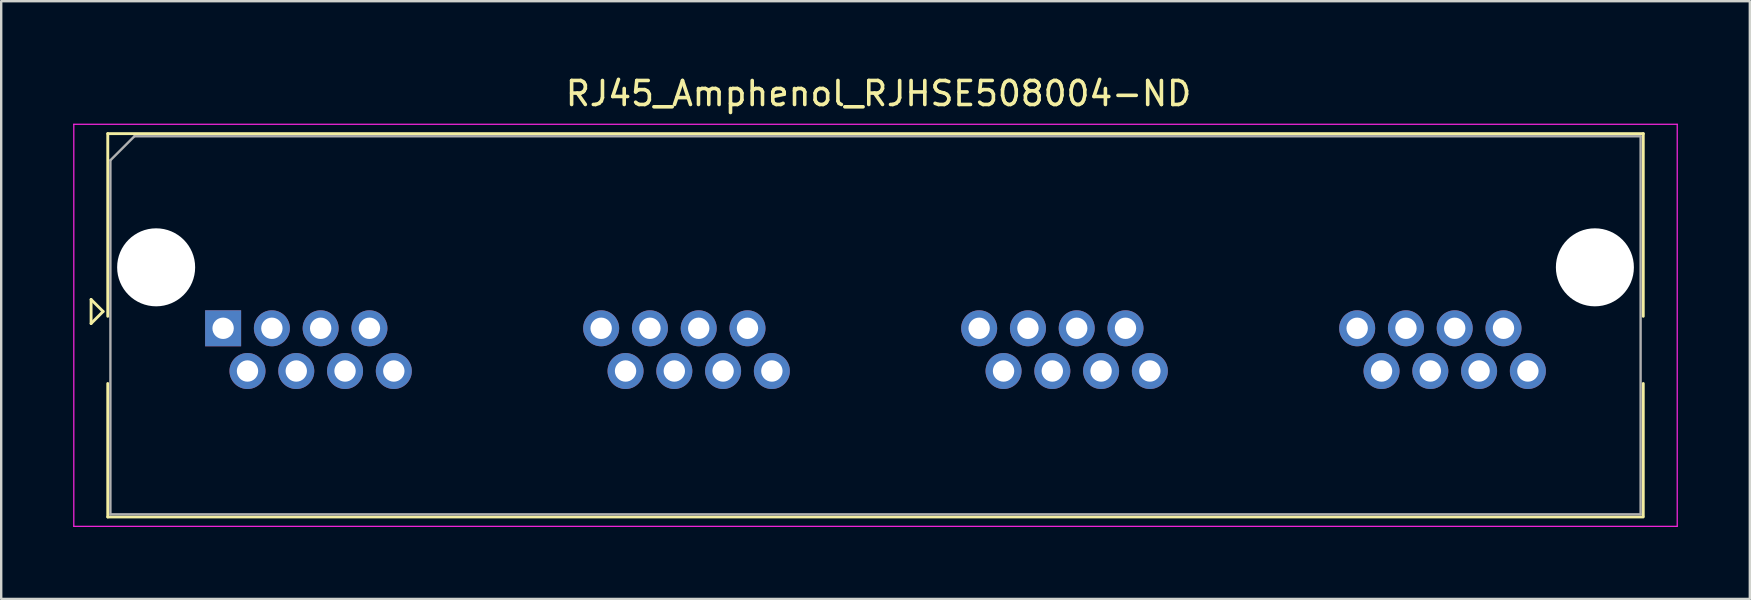
<source format=kicad_pcb>
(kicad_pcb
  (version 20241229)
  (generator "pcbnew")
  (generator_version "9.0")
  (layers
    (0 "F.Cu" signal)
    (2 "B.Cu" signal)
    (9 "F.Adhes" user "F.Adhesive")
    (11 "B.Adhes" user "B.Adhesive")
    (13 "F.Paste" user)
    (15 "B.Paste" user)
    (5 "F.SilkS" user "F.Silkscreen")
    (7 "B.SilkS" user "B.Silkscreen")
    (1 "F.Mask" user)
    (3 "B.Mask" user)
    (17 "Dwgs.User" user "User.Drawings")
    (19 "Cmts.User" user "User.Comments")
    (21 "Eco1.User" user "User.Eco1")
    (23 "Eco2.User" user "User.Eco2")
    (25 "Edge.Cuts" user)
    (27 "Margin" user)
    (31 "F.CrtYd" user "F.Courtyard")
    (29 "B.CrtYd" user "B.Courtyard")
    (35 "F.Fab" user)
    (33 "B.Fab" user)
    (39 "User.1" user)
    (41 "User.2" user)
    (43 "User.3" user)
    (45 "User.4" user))
  (footprint "RJ45_Amphenol_RJHSE508004-ND‎"
    (layer "F.Cu")
    (at 6.245 10.627)
    (property "Reference" "RJ45_Amphenol_RJHSE508004-ND‎" (at 27.305 -9.779 0) (layer "F.SilkS") (effects (font (size 1 1) (thickness 0.15))))
    (attr through_hole)
    (fp_line (start -5.5 -1.2) (end -5 -0.7) (stroke (width 0.12) (type solid)) (layer "F.SilkS"))
    (fp_line (start -5.5 -0.2) (end -5.5 -1.2) (stroke (width 0.12) (type solid)) (layer "F.SilkS"))
    (fp_line (start -5 -0.7) (end -5.5 -0.2) (stroke (width 0.12) (type solid)) (layer "F.SilkS"))
    (fp_line (start -4.805 -8.11) (end -4.805 -0.5) (stroke (width 0.12) (type solid)) (layer "F.SilkS"))
    (fp_line (start -4.805 -8.11) (end 59.165 -8.11) (stroke (width 0.12) (type solid)) (layer "F.SilkS"))
    (fp_line (start -4.805 7.86) (end -4.805 2.3) (stroke (width 0.12) (type solid)) (layer "F.SilkS"))
    (fp_line (start -4.805 7.86) (end 59.165 7.86) (stroke (width 0.12) (type solid)) (layer "F.SilkS"))
    (fp_line (start 59.165 -8.11) (end 59.165 -0.5) (stroke (width 0.12) (type solid)) (layer "F.SilkS"))
    (fp_line (start 59.165 7.815) (end 59.165 2.3) (stroke (width 0.12) (type solid)) (layer "F.SilkS"))
    (fp_line (start -6.22 -8.5) (end -6.22 8.25) (stroke (width 0.05) (type solid)) (layer "F.CrtYd"))
    (fp_line (start -6.22 -8.5) (end 60.58 -8.5) (stroke (width 0.05) (type solid)) (layer "F.CrtYd"))
    (fp_line (start -6.22 8.25) (end 60.58 8.25) (stroke (width 0.05) (type solid)) (layer "F.CrtYd"))
    (fp_line (start 60.58 -8.5) (end 60.58 8.25) (stroke (width 0.05) (type solid)) (layer "F.CrtYd"))
    (fp_line (start -4.695 -7) (end -4.695 7.75) (stroke (width 0.1) (type solid)) (layer "F.Fab"))
    (fp_line (start -4.695 -7) (end -3.695 -8) (stroke (width 0.1) (type solid)) (layer "F.Fab"))
    (fp_line (start -4.695 7.75) (end 59.055 7.75) (stroke (width 0.1) (type solid)) (layer "F.Fab"))
    (fp_line (start -3.695 -8) (end 59.055 -8) (stroke (width 0.1) (type solid)) (layer "F.Fab"))
    (fp_line (start 59.055 -8) (end 59.055 7.75) (stroke (width 0.1) (type solid)) (layer "F.Fab"))
    (pad "" np_thru_hole circle (at -2.79 -2.54) (size 3.25 3.25) (drill 3.25) (layers "*.Cu" "*.Mask"))
    (pad "" np_thru_hole circle (at 57.15 -2.54) (size 3.25 3.25) (drill 3.25) (layers "*.Cu" "*.Mask"))
    (pad "1" thru_hole rect (at 0 0) (size 1.5 1.5) (drill 0.89) (layers "*.Cu" "*.Mask"))
    (pad "2" thru_hole circle (at 1.016 1.78) (size 1.5 1.5) (drill 0.89) (layers "*.Cu" "*.Mask"))
    (pad "3" thru_hole circle (at 2.032 0) (size 1.5 1.5) (drill 0.89) (layers "*.Cu" "*.Mask"))
    (pad "4" thru_hole circle (at 3.048 1.78) (size 1.5 1.5) (drill 0.89) (layers "*.Cu" "*.Mask"))
    (pad "5" thru_hole circle (at 4.064 0) (size 1.5 1.5) (drill 0.89) (layers "*.Cu" "*.Mask"))
    (pad "6" thru_hole circle (at 5.08 1.78) (size 1.5 1.5) (drill 0.89) (layers "*.Cu" "*.Mask"))
    (pad "7" thru_hole circle (at 6.096 0) (size 1.5 1.5) (drill 0.89) (layers "*.Cu" "*.Mask"))
    (pad "8" thru_hole circle (at 7.112 1.78) (size 1.5 1.5) (drill 0.89) (layers "*.Cu" "*.Mask"))
    (pad "9" thru_hole circle (at 15.75 0) (size 1.5 1.5) (drill 0.89) (layers "*.Cu" "*.Mask"))
    (pad "10" thru_hole circle (at 16.766 1.78) (size 1.5 1.5) (drill 0.89) (layers "*.Cu" "*.Mask"))
    (pad "11" thru_hole circle (at 17.782 0) (size 1.5 1.5) (drill 0.89) (layers "*.Cu" "*.Mask"))
    (pad "12" thru_hole circle (at 18.798 1.78) (size 1.5 1.5) (drill 0.89) (layers "*.Cu" "*.Mask"))
    (pad "13" thru_hole circle (at 19.814 0) (size 1.5 1.5) (drill 0.89) (layers "*.Cu" "*.Mask"))
    (pad "14" thru_hole circle (at 20.83 1.78) (size 1.5 1.5) (drill 0.89) (layers "*.Cu" "*.Mask"))
    (pad "15" thru_hole circle (at 21.846 0) (size 1.5 1.5) (drill 0.89) (layers "*.Cu" "*.Mask"))
    (pad "16" thru_hole circle (at 22.862 1.78) (size 1.5 1.5) (drill 0.89) (layers "*.Cu" "*.Mask"))
    (pad "17" thru_hole circle (at 31.498 0) (size 1.5 1.5) (drill 0.89) (layers "*.Cu" "*.Mask"))
    (pad "18" thru_hole circle (at 32.514 1.78) (size 1.5 1.5) (drill 0.89) (layers "*.Cu" "*.Mask"))
    (pad "19" thru_hole circle (at 33.53 0) (size 1.5 1.5) (drill 0.89) (layers "*.Cu" "*.Mask"))
    (pad "20" thru_hole circle (at 34.546 1.78) (size 1.5 1.5) (drill 0.89) (layers "*.Cu" "*.Mask"))
    (pad "21" thru_hole circle (at 35.562 0) (size 1.5 1.5) (drill 0.89) (layers "*.Cu" "*.Mask"))
    (pad "22" thru_hole circle (at 36.578 1.78) (size 1.5 1.5) (drill 0.89) (layers "*.Cu" "*.Mask"))
    (pad "23" thru_hole circle (at 37.594 0) (size 1.5 1.5) (drill 0.89) (layers "*.Cu" "*.Mask"))
    (pad "24" thru_hole circle (at 38.61 1.78) (size 1.5 1.5) (drill 0.89) (layers "*.Cu" "*.Mask"))
    (pad "25" thru_hole circle (at 47.246 0) (size 1.5 1.5) (drill 0.89) (layers "*.Cu" "*.Mask"))
    (pad "26" thru_hole circle (at 48.262 1.78) (size 1.5 1.5) (drill 0.89) (layers "*.Cu" "*.Mask"))
    (pad "27" thru_hole circle (at 49.278 0) (size 1.5 1.5) (drill 0.89) (layers "*.Cu" "*.Mask"))
    (pad "28" thru_hole circle (at 50.294 1.78) (size 1.5 1.5) (drill 0.89) (layers "*.Cu" "*.Mask"))
    (pad "29" thru_hole circle (at 51.31 0) (size 1.5 1.5) (drill 0.89) (layers "*.Cu" "*.Mask"))
    (pad "30" thru_hole circle (at 52.326 1.78) (size 1.5 1.5) (drill 0.89) (layers "*.Cu" "*.Mask"))
    (pad "31" thru_hole circle (at 53.342 0) (size 1.5 1.5) (drill 0.89) (layers "*.Cu" "*.Mask"))
    (pad "32" thru_hole circle (at 54.358 1.78) (size 1.5 1.5) (drill 0.89) (layers "*.Cu" "*.Mask")))
  (gr_rect
    (start -3 -3)
    (end 69.85 21.902)
    (stroke (width 0.1) (type default))
    (fill no)
    (layer "Edge.Cuts")))
</source>
